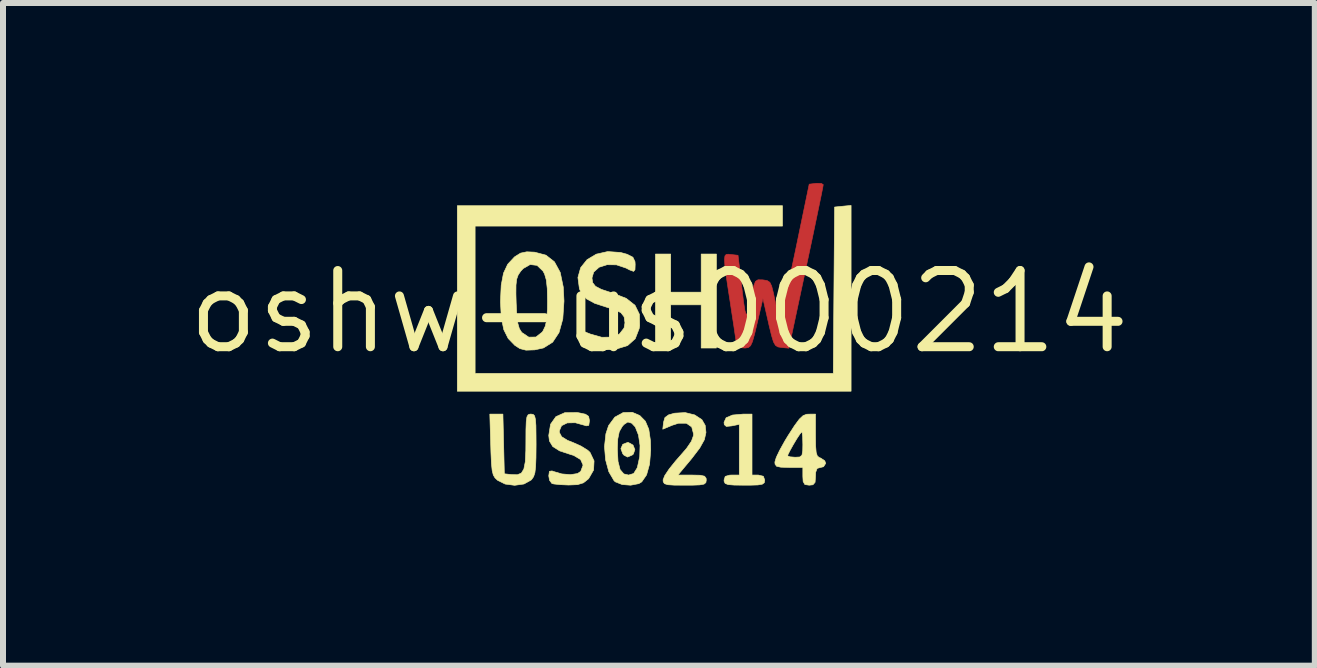
<source format=kicad_pcb>
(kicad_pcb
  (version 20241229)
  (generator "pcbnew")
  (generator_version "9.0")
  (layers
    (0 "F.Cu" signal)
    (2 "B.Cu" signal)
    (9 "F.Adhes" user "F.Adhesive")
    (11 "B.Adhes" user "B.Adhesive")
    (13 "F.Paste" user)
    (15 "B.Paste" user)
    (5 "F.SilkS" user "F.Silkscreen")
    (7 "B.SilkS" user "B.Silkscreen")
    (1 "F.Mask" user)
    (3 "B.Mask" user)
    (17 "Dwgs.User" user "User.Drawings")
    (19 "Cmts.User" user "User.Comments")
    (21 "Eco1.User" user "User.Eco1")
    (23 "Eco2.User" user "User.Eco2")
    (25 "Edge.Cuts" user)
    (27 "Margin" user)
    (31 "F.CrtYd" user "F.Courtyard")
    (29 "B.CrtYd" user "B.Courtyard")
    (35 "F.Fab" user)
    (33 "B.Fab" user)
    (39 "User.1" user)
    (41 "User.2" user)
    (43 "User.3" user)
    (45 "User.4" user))
  (footprint "oshw-us000214"
    (layer "F.Cu")
    (at 7.93 2.148)
    (property "Reference" "oshw-us000214" (at 0 0 0) (layer "F.SilkS") (effects (font (size 1.27 1.27) (thickness 0.15))))
    (attr through_hole)
    (fp_poly (pts (xy 2.705 -2.142) (xy 2.738 -2.122) (xy 2.73 -2.073) (xy 2.706 -1.952) (xy 2.668 -1.768) (xy 2.619 -1.532) (xy 2.561 -1.253) (xy 2.495 -0.942) (xy 2.452 -0.741) (xy 2.165 0.604) (xy 2.041 0.592) (xy 1.983 0.583) (xy 1.942 0.557) (xy 1.909 0.5) (xy 1.877 0.395) (xy 1.836 0.227) (xy 1.825 0.178) (xy 1.733 -0.224) (xy 1.637 0.188) (xy 1.592 0.376) (xy 1.558 0.496) (xy 1.527 0.563) (xy 1.491 0.593) (xy 1.441 0.601) (xy 1.419 0.601) (xy 1.332 0.592) (xy 1.296 0.569) (xy 1.29 0.519) (xy 1.272 0.399) (xy 1.247 0.226) (xy 1.214 0.013) (xy 1.191 -0.14) (xy 1.147 -0.424) (xy 1.116 -0.634) (xy 1.098 -0.782) (xy 1.093 -0.879) (xy 1.1 -0.934) (xy 1.121 -0.958) (xy 1.155 -0.962) (xy 1.202 -0.957) (xy 1.318 -0.944) (xy 1.383 -0.394) (xy 1.41 -0.167) (xy 1.433 -0.023) (xy 1.453 0.04) (xy 1.474 0.026) (xy 1.501 -0.065) (xy 1.537 -0.23) (xy 1.551 -0.301) (xy 1.581 -0.437) (xy 1.609 -0.51) (xy 1.651 -0.536) (xy 1.721 -0.535) (xy 1.734 -0.534) (xy 1.803 -0.523) (xy 1.848 -0.494) (xy 1.879 -0.43) (xy 1.909 -0.311) (xy 1.929 -0.214) (xy 1.962 -0.066) (xy 1.993 0.043) (xy 2.015 0.092) (xy 2.017 0.093) (xy 2.033 0.053) (xy 2.062 -0.059) (xy 2.104 -0.232) (xy 2.154 -0.456) (xy 2.211 -0.721) (xy 2.273 -1.014) (xy 2.274 -1.018) (xy 2.504 -2.129) (xy 2.62 -2.143) (xy 2.705 -2.142)) (stroke (width 0.01) (type solid)) (fill yes) (layer "F.Cu"))
    (fp_poly (pts (xy 2.705 -2.142) (xy 2.738 -2.122) (xy 2.73 -2.073) (xy 2.706 -1.952) (xy 2.668 -1.768) (xy 2.619 -1.532) (xy 2.561 -1.253) (xy 2.495 -0.942) (xy 2.452 -0.741) (xy 2.165 0.604) (xy 2.041 0.592) (xy 1.983 0.583) (xy 1.942 0.557) (xy 1.909 0.5) (xy 1.877 0.395) (xy 1.836 0.227) (xy 1.825 0.178) (xy 1.733 -0.224) (xy 1.637 0.188) (xy 1.592 0.376) (xy 1.558 0.496) (xy 1.527 0.563) (xy 1.491 0.593) (xy 1.441 0.601) (xy 1.419 0.601) (xy 1.332 0.592) (xy 1.296 0.569) (xy 1.29 0.519) (xy 1.272 0.399) (xy 1.247 0.226) (xy 1.214 0.013) (xy 1.191 -0.14) (xy 1.147 -0.424) (xy 1.116 -0.634) (xy 1.098 -0.782) (xy 1.093 -0.879) (xy 1.1 -0.934) (xy 1.121 -0.958) (xy 1.155 -0.962) (xy 1.202 -0.957) (xy 1.318 -0.944) (xy 1.383 -0.394) (xy 1.41 -0.167) (xy 1.433 -0.023) (xy 1.453 0.04) (xy 1.474 0.026) (xy 1.501 -0.065) (xy 1.537 -0.23) (xy 1.551 -0.301) (xy 1.581 -0.437) (xy 1.609 -0.51) (xy 1.651 -0.536) (xy 1.721 -0.535) (xy 1.734 -0.534) (xy 1.803 -0.523) (xy 1.848 -0.494) (xy 1.879 -0.43) (xy 1.909 -0.311) (xy 1.929 -0.214) (xy 1.962 -0.066) (xy 1.993 0.043) (xy 2.015 0.092) (xy 2.017 0.093) (xy 2.033 0.053) (xy 2.062 -0.059) (xy 2.104 -0.232) (xy 2.154 -0.456) (xy 2.211 -0.721) (xy 2.273 -1.014) (xy 2.274 -1.018) (xy 2.504 -2.129) (xy 2.62 -2.143) (xy 2.705 -2.142)) (stroke (width 0.01) (type solid)) (fill yes) (layer "F.Mask"))
    (fp_poly (pts (xy -0.508 2.176) (xy -0.432 2.218) (xy -0.401 2.294) (xy -0.426 2.368) (xy -0.445 2.384) (xy -0.523 2.418) (xy -0.582 2.387) (xy -0.603 2.363) (xy -0.634 2.278) (xy -0.602 2.205) (xy -0.523 2.175) (xy -0.508 2.176)) (stroke (width 0.01) (type solid)) (fill yes) (layer "F.SilkS"))
    (fp_poly (pts (xy 3.202 1.321) (xy -3.36 1.321) (xy -3.36 -1.77) (xy 2.059 -1.77) (xy 2.059 -1.431) (xy -3.063 -1.431) (xy -3.063 1.024) (xy 2.905 1.024) (xy 2.927 -1.748) (xy 3.065 -1.762) (xy 3.202 -1.775) (xy 3.202 1.321)) (stroke (width 0.01) (type solid)) (fill yes) (layer "F.SilkS"))
    (fp_poly (pts (xy 0.196 -0.33) (xy 0.704 -0.33) (xy 0.704 -0.965) (xy 0.958 -0.965) (xy 0.958 0.601) (xy 0.704 0.601) (xy 0.704 -0.119) (xy 0.196 -0.119) (xy 0.196 0.601) (xy -0.058 0.601) (xy -0.058 -0.965) (xy 0.196 -0.965) (xy 0.196 -0.33)) (stroke (width 0.01) (type solid)) (fill yes) (layer "F.SilkS"))
    (fp_poly (pts (xy 1.551 2.718) (xy 1.657 2.718) (xy 1.74 2.738) (xy 1.763 2.802) (xy 1.756 2.845) (xy 1.723 2.87) (xy 1.648 2.883) (xy 1.513 2.887) (xy 1.424 2.887) (xy 1.255 2.885) (xy 1.154 2.877) (xy 1.104 2.858) (xy 1.087 2.825) (xy 1.085 2.802) (xy 1.105 2.74) (xy 1.18 2.719) (xy 1.212 2.718) (xy 1.339 2.718) (xy 1.339 1.873) (xy 1.212 1.899) (xy 1.123 1.908) (xy 1.089 1.878) (xy 1.085 1.839) (xy 1.12 1.763) (xy 1.226 1.718) (xy 1.407 1.702) (xy 1.414 1.702) (xy 1.551 1.702) (xy 1.551 2.718)) (stroke (width 0.01) (type solid)) (fill yes) (layer "F.SilkS"))
    (fp_poly (pts (xy -2.588 2.199) (xy -2.576 2.697) (xy -2.457 2.71) (xy -2.36 2.713) (xy -2.293 2.686) (xy -2.251 2.618) (xy -2.227 2.497) (xy -2.218 2.311) (xy -2.217 2.162) (xy -2.216 1.96) (xy -2.211 1.827) (xy -2.2 1.75) (xy -2.179 1.713) (xy -2.147 1.702) (xy -2.132 1.702) (xy -2.096 1.707) (xy -2.072 1.731) (xy -2.058 1.789) (xy -2.05 1.894) (xy -2.048 2.06) (xy -2.047 2.21) (xy -2.049 2.429) (xy -2.055 2.581) (xy -2.067 2.681) (xy -2.089 2.746) (xy -2.122 2.793) (xy -2.132 2.802) (xy -2.249 2.867) (xy -2.404 2.889) (xy -2.563 2.868) (xy -2.688 2.806) (xy -2.731 2.766) (xy -2.76 2.717) (xy -2.779 2.642) (xy -2.791 2.524) (xy -2.799 2.347) (xy -2.803 2.214) (xy -2.818 1.702) (xy -2.6 1.702) (xy -2.588 2.199)) (stroke (width 0.01) (type solid)) (fill yes) (layer "F.SilkS"))
    (fp_poly (pts (xy -0.318 1.727) (xy -0.226 1.821) (xy -0.169 1.955) (xy -0.141 2.146) (xy -0.137 2.303) (xy -0.156 2.536) (xy -0.206 2.715) (xy -0.286 2.831) (xy -0.335 2.861) (xy -0.471 2.887) (xy -0.613 2.876) (xy -0.725 2.832) (xy -0.747 2.813) (xy -0.835 2.663) (xy -0.889 2.464) (xy -0.904 2.281) (xy -0.693 2.281) (xy -0.682 2.49) (xy -0.647 2.627) (xy -0.585 2.699) (xy -0.505 2.718) (xy -0.421 2.692) (xy -0.365 2.603) (xy -0.358 2.584) (xy -0.32 2.41) (xy -0.315 2.224) (xy -0.341 2.051) (xy -0.394 1.917) (xy -0.453 1.854) (xy -0.519 1.834) (xy -0.582 1.875) (xy -0.611 1.908) (xy -0.661 1.995) (xy -0.686 2.117) (xy -0.693 2.281) (xy -0.904 2.281) (xy -0.907 2.243) (xy -0.884 2.031) (xy -0.839 1.894) (xy -0.735 1.753) (xy -0.597 1.677) (xy -0.445 1.672) (xy -0.318 1.727)) (stroke (width 0.01) (type solid)) (fill yes) (layer "F.SilkS"))
    (fp_poly (pts (xy 0.596 1.716) (xy 0.716 1.795) (xy 0.771 1.89) (xy 0.784 2.009) (xy 0.757 2.129) (xy 0.68 2.267) (xy 0.548 2.44) (xy 0.532 2.46) (xy 0.316 2.718) (xy 0.553 2.718) (xy 0.688 2.721) (xy 0.76 2.737) (xy 0.786 2.771) (xy 0.789 2.802) (xy 0.782 2.844) (xy 0.751 2.869) (xy 0.679 2.882) (xy 0.55 2.887) (xy 0.429 2.887) (xy 0.255 2.886) (xy 0.148 2.879) (xy 0.093 2.862) (xy 0.072 2.831) (xy 0.069 2.798) (xy 0.097 2.727) (xy 0.171 2.616) (xy 0.279 2.482) (xy 0.323 2.432) (xy 0.461 2.273) (xy 0.542 2.154) (xy 0.575 2.061) (xy 0.577 2.033) (xy 0.546 1.916) (xy 0.458 1.855) (xy 0.324 1.855) (xy 0.222 1.888) (xy 0.064 1.954) (xy 0.077 1.838) (xy 0.1 1.76) (xy 0.161 1.715) (xy 0.262 1.687) (xy 0.437 1.677) (xy 0.596 1.716)) (stroke (width 0.01) (type solid)) (fill yes) (layer "F.SilkS"))
    (fp_poly (pts (xy -1.338 1.68) (xy -1.224 1.704) (xy -1.172 1.74) (xy -1.158 1.806) (xy -1.158 1.815) (xy -1.169 1.89) (xy -1.213 1.898) (xy -1.232 1.891) (xy -1.394 1.846) (xy -1.529 1.849) (xy -1.623 1.896) (xy -1.66 1.983) (xy -1.658 2.01) (xy -1.621 2.079) (xy -1.523 2.14) (xy -1.433 2.175) (xy -1.297 2.236) (xy -1.185 2.306) (xy -1.148 2.341) (xy -1.081 2.482) (xy -1.089 2.635) (xy -1.169 2.774) (xy -1.177 2.783) (xy -1.259 2.848) (xy -1.357 2.878) (xy -1.505 2.884) (xy -1.506 2.884) (xy -1.643 2.878) (xy -1.748 2.867) (xy -1.783 2.859) (xy -1.823 2.805) (xy -1.836 2.731) (xy -1.825 2.656) (xy -1.781 2.649) (xy -1.761 2.657) (xy -1.619 2.699) (xy -1.474 2.711) (xy -1.357 2.693) (xy -1.303 2.657) (xy -1.264 2.552) (xy -1.305 2.46) (xy -1.42 2.391) (xy -1.47 2.376) (xy -1.655 2.315) (xy -1.769 2.243) (xy -1.825 2.15) (xy -1.836 2.058) (xy -1.806 1.871) (xy -1.717 1.745) (xy -1.57 1.679) (xy -1.366 1.676) (xy -1.338 1.68)) (stroke (width 0.01) (type solid)) (fill yes) (layer "F.SilkS"))
    (fp_poly (pts (xy 2.609 2.057) (xy 2.611 2.232) (xy 2.62 2.34) (xy 2.639 2.399) (xy 2.672 2.427) (xy 2.694 2.434) (xy 2.763 2.48) (xy 2.779 2.523) (xy 2.743 2.579) (xy 2.694 2.591) (xy 2.636 2.607) (xy 2.612 2.672) (xy 2.609 2.739) (xy 2.602 2.839) (xy 2.566 2.88) (xy 2.504 2.887) (xy 2.432 2.876) (xy 2.403 2.826) (xy 2.398 2.739) (xy 2.398 2.591) (xy 2.165 2.591) (xy 2.031 2.587) (xy 1.961 2.572) (xy 1.935 2.537) (xy 1.932 2.501) (xy 1.954 2.428) (xy 1.968 2.397) (xy 2.144 2.397) (xy 2.181 2.414) (xy 2.269 2.421) (xy 2.271 2.421) (xy 2.346 2.417) (xy 2.383 2.388) (xy 2.396 2.314) (xy 2.398 2.21) (xy 2.395 2.089) (xy 2.387 2.012) (xy 2.381 1.998) (xy 2.352 2.031) (xy 2.298 2.112) (xy 2.236 2.216) (xy 2.181 2.315) (xy 2.147 2.384) (xy 2.144 2.397) (xy 1.968 2.397) (xy 2.012 2.305) (xy 2.097 2.152) (xy 2.154 2.058) (xy 2.262 1.891) (xy 2.34 1.786) (xy 2.402 1.728) (xy 2.46 1.705) (xy 2.493 1.703) (xy 2.609 1.702) (xy 2.609 2.057)) (stroke (width 0.01) (type solid)) (fill yes) (layer "F.SilkS"))
    (fp_poly (pts (xy -2.071 -0.996) (xy -1.882 -0.946) (xy -1.741 -0.835) (xy -1.645 -0.659) (xy -1.594 -0.414) (xy -1.582 -0.182) (xy -1.602 0.117) (xy -1.665 0.344) (xy -1.771 0.504) (xy -1.924 0.6) (xy -2.071 0.632) (xy -2.215 0.637) (xy -2.317 0.611) (xy -2.402 0.556) (xy -2.512 0.442) (xy -2.585 0.296) (xy -2.626 0.101) (xy -2.64 -0.157) (xy -2.64 -0.182) (xy -2.635 -0.302) (xy -2.383 -0.302) (xy -2.379 -0.155) (xy -2.369 0.049) (xy -2.352 0.187) (xy -2.326 0.278) (xy -2.287 0.34) (xy -2.284 0.343) (xy -2.169 0.42) (xy -2.05 0.418) (xy -1.946 0.337) (xy -1.932 0.317) (xy -1.893 0.235) (xy -1.869 0.12) (xy -1.858 -0.046) (xy -1.857 -0.182) (xy -1.861 -0.39) (xy -1.877 -0.534) (xy -1.906 -0.633) (xy -1.932 -0.681) (xy -2.031 -0.776) (xy -2.146 -0.79) (xy -2.261 -0.724) (xy -2.302 -0.68) (xy -2.345 -0.617) (xy -2.37 -0.547) (xy -2.382 -0.448) (xy -2.383 -0.302) (xy -2.635 -0.302) (xy -2.628 -0.447) (xy -2.59 -0.646) (xy -2.52 -0.795) (xy -2.412 -0.911) (xy -2.402 -0.92) (xy -2.306 -0.98) (xy -2.202 -1.002) (xy -2.071 -0.996)) (stroke (width 0.01) (type solid)) (fill yes) (layer "F.SilkS"))
    (fp_poly (pts (xy -0.639 -0.991) (xy -0.53 -0.961) (xy -0.434 -0.912) (xy -0.399 -0.839) (xy -0.396 -0.792) (xy -0.399 -0.704) (xy -0.422 -0.676) (xy -0.486 -0.699) (xy -0.55 -0.732) (xy -0.708 -0.785) (xy -0.864 -0.787) (xy -0.997 -0.745) (xy -1.087 -0.664) (xy -1.116 -0.566) (xy -1.104 -0.487) (xy -1.057 -0.427) (xy -0.959 -0.376) (xy -0.797 -0.322) (xy -0.765 -0.312) (xy -0.543 -0.225) (xy -0.398 -0.11) (xy -0.325 0.04) (xy -0.321 0.23) (xy -0.329 0.277) (xy -0.395 0.447) (xy -0.522 0.56) (xy -0.712 0.619) (xy -0.81 0.629) (xy -0.972 0.628) (xy -1.123 0.613) (xy -1.19 0.598) (xy -1.287 0.556) (xy -1.324 0.489) (xy -1.328 0.431) (xy -1.326 0.347) (xy -1.307 0.314) (xy -1.25 0.325) (xy -1.144 0.368) (xy -0.953 0.422) (xy -0.787 0.419) (xy -0.658 0.367) (xy -0.581 0.268) (xy -0.566 0.181) (xy -0.58 0.082) (xy -0.633 0.013) (xy -0.743 -0.041) (xy -0.862 -0.076) (xy -1.069 -0.143) (xy -1.207 -0.218) (xy -1.292 -0.311) (xy -1.325 -0.386) (xy -1.35 -0.574) (xy -1.304 -0.738) (xy -1.198 -0.871) (xy -1.044 -0.963) (xy -0.854 -1.006) (xy -0.639 -0.991)) (stroke (width 0.01) (type solid)) (fill yes) (layer "F.SilkS")))
  (gr_rect
    (start -3 -3)
    (end 18.859 8.042)
    (stroke (width 0.1) (type default))
    (fill no)
    (layer "Edge.Cuts")))
</source>
